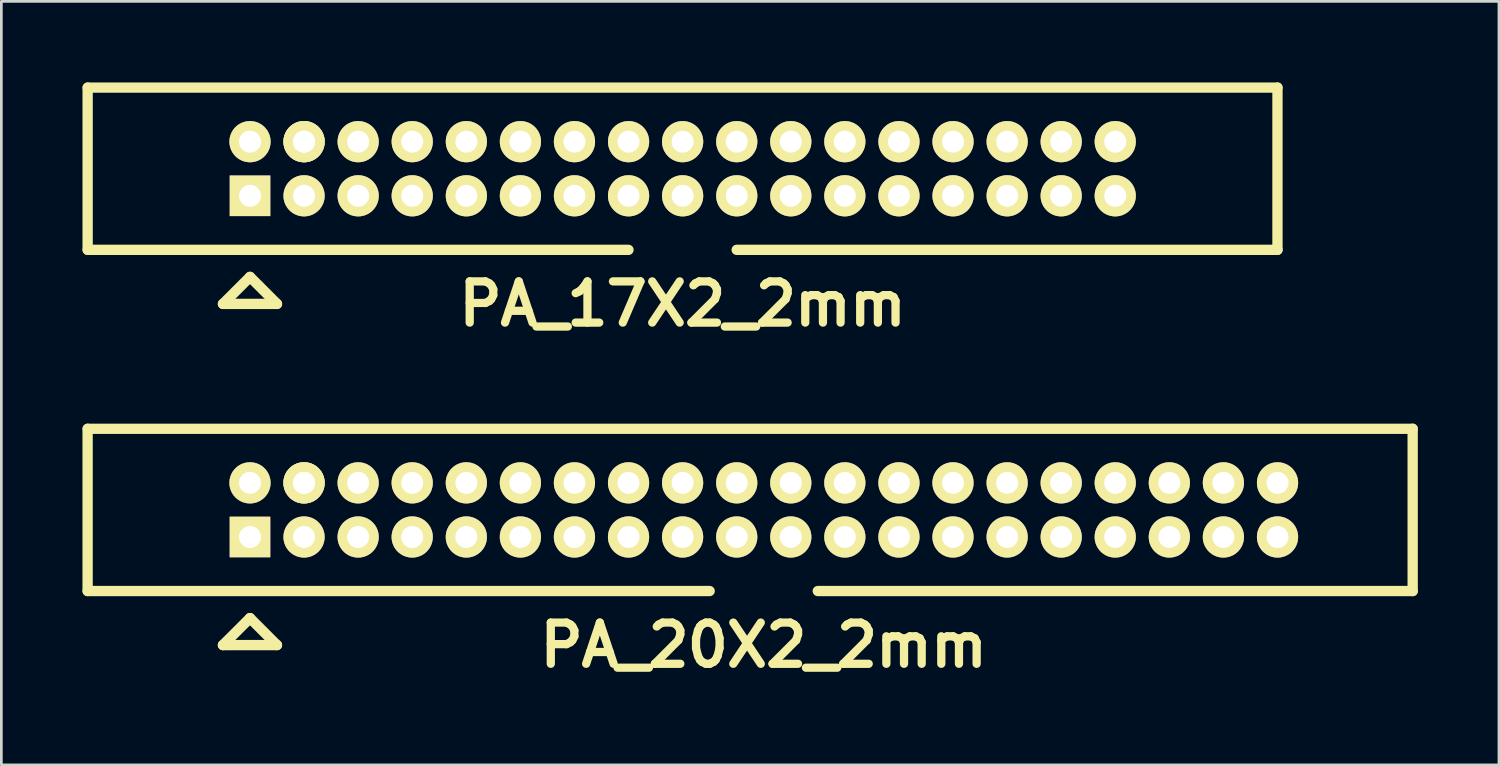
<source format=kicad_pcb>
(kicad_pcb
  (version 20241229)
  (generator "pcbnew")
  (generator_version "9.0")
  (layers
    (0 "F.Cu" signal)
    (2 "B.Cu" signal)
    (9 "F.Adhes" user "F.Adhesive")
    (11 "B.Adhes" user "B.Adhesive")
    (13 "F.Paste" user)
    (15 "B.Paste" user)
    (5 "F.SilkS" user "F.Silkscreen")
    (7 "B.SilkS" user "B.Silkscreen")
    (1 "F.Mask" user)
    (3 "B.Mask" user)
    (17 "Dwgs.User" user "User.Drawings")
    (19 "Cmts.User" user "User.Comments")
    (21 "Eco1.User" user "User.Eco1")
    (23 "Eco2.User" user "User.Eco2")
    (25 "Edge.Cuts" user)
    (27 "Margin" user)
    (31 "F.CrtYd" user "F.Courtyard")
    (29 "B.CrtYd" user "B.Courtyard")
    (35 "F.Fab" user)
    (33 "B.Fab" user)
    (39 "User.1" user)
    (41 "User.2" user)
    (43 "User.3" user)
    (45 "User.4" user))
  (footprint "PA_17X2_2mm"
    (layer "F.Cu")
    (at 22.195 3.19)
    (property "Reference" "PA_17X2_2mm" (at 0 5.001 0) (layer "F.SilkS") (effects (font (size 1.524 1.524) (thickness 0.305))))
    (attr through_hole)
    (fp_line (start -22.004 -3) (end -22.004 3) (stroke (width 0.381) (type solid)) (layer "F.SilkS"))
    (fp_line (start -22.001 -3) (end 21.999 -3) (stroke (width 0.381) (type solid)) (layer "F.SilkS"))
    (fp_line (start -22.001 3) (end -2.002 3) (stroke (width 0.381) (type solid)) (layer "F.SilkS"))
    (fp_line (start -17 4.999) (end -15.001 4.999) (stroke (width 0.381) (type solid)) (layer "F.SilkS"))
    (fp_line (start -15.999 4) (end -17 4.999) (stroke (width 0.381) (type solid)) (layer "F.SilkS"))
    (fp_line (start -15.001 4.999) (end -15.999 4) (stroke (width 0.381) (type solid)) (layer "F.SilkS"))
    (fp_line (start 21.999 -3) (end 21.999 3) (stroke (width 0.381) (type solid)) (layer "F.SilkS"))
    (fp_line (start 21.999 3) (end 1.999 3) (stroke (width 0.381) (type solid)) (layer "F.SilkS"))
    (pad "1" thru_hole rect (at -15.999 1.001) (size 1.501 1.501) (drill 0.813) (layers "*.Cu" "*.Mask" "F.SilkS"))
    (pad "2" thru_hole circle (at -15.999 -1.001) (size 1.524 1.524) (drill 0.813) (layers "*.Cu" "*.Mask" "F.SilkS"))
    (pad "3" thru_hole circle (at -14 1.001) (size 1.524 1.524) (drill 0.813) (layers "*.Cu" "*.Mask" "F.SilkS"))
    (pad "4" thru_hole circle (at -14 -1.001) (size 1.524 1.524) (drill 0.813) (layers "*.Cu" "*.Mask" "F.SilkS"))
    (pad "4" thru_hole circle (at -14 -1.001) (size 1.524 1.524) (drill 0.813) (layers "*.Cu" "*.Mask" "F.SilkS"))
    (pad "5" thru_hole circle (at -11.999 1.001) (size 1.524 1.524) (drill 0.813) (layers "*.Cu" "*.Mask" "F.SilkS"))
    (pad "6" thru_hole circle (at -11.999 -1.001) (size 1.524 1.524) (drill 0.813) (layers "*.Cu" "*.Mask" "F.SilkS"))
    (pad "7" thru_hole circle (at -10 1.001) (size 1.524 1.524) (drill 0.813) (layers "*.Cu" "*.Mask" "F.SilkS"))
    (pad "8" thru_hole circle (at -10 -1.001) (size 1.524 1.524) (drill 0.813) (layers "*.Cu" "*.Mask" "F.SilkS"))
    (pad "9" thru_hole circle (at -7.998 1.001) (size 1.524 1.524) (drill 0.813) (layers "*.Cu" "*.Mask" "F.SilkS"))
    (pad "10" thru_hole circle (at -7.998 -1.001) (size 1.524 1.524) (drill 0.813) (layers "*.Cu" "*.Mask" "F.SilkS"))
    (pad "11" thru_hole circle (at -5.999 1.001) (size 1.524 1.524) (drill 0.813) (layers "*.Cu" "*.Mask" "F.SilkS"))
    (pad "12" thru_hole circle (at -5.999 -1.001) (size 1.524 1.524) (drill 0.813) (layers "*.Cu" "*.Mask" "F.SilkS"))
    (pad "13" thru_hole circle (at -4 1.001) (size 1.524 1.524) (drill 0.813) (layers "*.Cu" "*.Mask" "F.SilkS"))
    (pad "14" thru_hole circle (at -4 -1.001) (size 1.524 1.524) (drill 0.813) (layers "*.Cu" "*.Mask" "F.SilkS"))
    (pad "15" thru_hole circle (at -1.999 1.001) (size 1.524 1.524) (drill 0.813) (layers "*.Cu" "*.Mask" "F.SilkS"))
    (pad "16" thru_hole circle (at -1.999 -1.001) (size 1.524 1.524) (drill 0.813) (layers "*.Cu" "*.Mask" "F.SilkS"))
    (pad "17" thru_hole circle (at 0 1.001) (size 1.524 1.524) (drill 0.813) (layers "*.Cu" "*.Mask" "F.SilkS"))
    (pad "18" thru_hole circle (at 0 -1.001) (size 1.524 1.524) (drill 0.813) (layers "*.Cu" "*.Mask" "F.SilkS"))
    (pad "19" thru_hole circle (at 2.002 1.001) (size 1.524 1.524) (drill 0.813) (layers "*.Cu" "*.Mask" "F.SilkS"))
    (pad "20" thru_hole circle (at 2.002 -1.001) (size 1.524 1.524) (drill 0.813) (layers "*.Cu" "*.Mask" "F.SilkS"))
    (pad "21" thru_hole circle (at 4 1.001) (size 1.524 1.524) (drill 0.813) (layers "*.Cu" "*.Mask" "F.SilkS"))
    (pad "22" thru_hole circle (at 4 -1.001) (size 1.524 1.524) (drill 0.813) (layers "*.Cu" "*.Mask" "F.SilkS"))
    (pad "23" thru_hole circle (at 5.999 1.001) (size 1.524 1.524) (drill 0.813) (layers "*.Cu" "*.Mask" "F.SilkS"))
    (pad "24" thru_hole circle (at 5.999 -1.001) (size 1.524 1.524) (drill 0.813) (layers "*.Cu" "*.Mask" "F.SilkS"))
    (pad "25" thru_hole circle (at 8.001 1.001) (size 1.524 1.524) (drill 0.813) (layers "*.Cu" "*.Mask" "F.SilkS"))
    (pad "26" thru_hole circle (at 8.001 -1.001) (size 1.524 1.524) (drill 0.813) (layers "*.Cu" "*.Mask" "F.SilkS"))
    (pad "27" thru_hole circle (at 10 1.001) (size 1.524 1.524) (drill 0.813) (layers "*.Cu" "*.Mask" "F.SilkS"))
    (pad "28" thru_hole circle (at 10 -1.001) (size 1.524 1.524) (drill 0.813) (layers "*.Cu" "*.Mask" "F.SilkS"))
    (pad "29" thru_hole circle (at 12.002 1.001) (size 1.524 1.524) (drill 0.813) (layers "*.Cu" "*.Mask" "F.SilkS"))
    (pad "30" thru_hole circle (at 12.002 -1.001) (size 1.524 1.524) (drill 0.813) (layers "*.Cu" "*.Mask" "F.SilkS"))
    (pad "31" thru_hole circle (at 14 1.001) (size 1.524 1.524) (drill 0.813) (layers "*.Cu" "*.Mask" "F.SilkS"))
    (pad "32" thru_hole circle (at 14 -1.001) (size 1.524 1.524) (drill 0.813) (layers "*.Cu" "*.Mask" "F.SilkS"))
    (pad "33" thru_hole circle (at 15.999 1.001) (size 1.524 1.524) (drill 0.813) (layers "*.Cu" "*.Mask" "F.SilkS"))
    (pad "34" thru_hole circle (at 15.999 -1.001) (size 1.524 1.524) (drill 0.813) (layers "*.Cu" "*.Mask" "F.SilkS")))
  (footprint "PA_20X2_2mm"
    (layer "F.Cu")
    (at 25.194 15.808)
    (property "Reference" "PA_20X2_2mm" (at 0 5.001 0) (layer "F.SilkS") (effects (font (size 1.524 1.524) (thickness 0.305))))
    (attr through_hole)
    (fp_line (start -25.004 -3) (end -25.004 3) (stroke (width 0.381) (type solid)) (layer "F.SilkS"))
    (fp_line (start -25.001 3) (end -1.999 3) (stroke (width 0.381) (type solid)) (layer "F.SilkS"))
    (fp_line (start -24.999 -3) (end 24 -3) (stroke (width 0.381) (type solid)) (layer "F.SilkS"))
    (fp_line (start -20 4.999) (end -18.001 4.999) (stroke (width 0.381) (type solid)) (layer "F.SilkS"))
    (fp_line (start -18.999 4) (end -20 4.999) (stroke (width 0.381) (type solid)) (layer "F.SilkS"))
    (fp_line (start -18.001 4.999) (end -18.999 4) (stroke (width 0.381) (type solid)) (layer "F.SilkS"))
    (fp_line (start 1.999 3) (end 24 3) (stroke (width 0.381) (type solid)) (layer "F.SilkS"))
    (fp_line (start 24 -3) (end 24 3) (stroke (width 0.381) (type solid)) (layer "F.SilkS"))
    (pad "1" thru_hole rect (at -18.999 1.001) (size 1.501 1.501) (drill 0.813) (layers "*.Cu" "*.Mask" "F.SilkS"))
    (pad "2" thru_hole circle (at -18.999 -1.001) (size 1.524 1.524) (drill 0.813) (layers "*.Cu" "*.Mask" "F.SilkS"))
    (pad "3" thru_hole circle (at -17 1.001) (size 1.524 1.524) (drill 0.813) (layers "*.Cu" "*.Mask" "F.SilkS"))
    (pad "4" thru_hole circle (at -17 -1.001) (size 1.524 1.524) (drill 0.813) (layers "*.Cu" "*.Mask" "F.SilkS"))
    (pad "4" thru_hole circle (at -17 -1.001) (size 1.524 1.524) (drill 0.813) (layers "*.Cu" "*.Mask" "F.SilkS"))
    (pad "5" thru_hole circle (at -14.999 1.001) (size 1.524 1.524) (drill 0.813) (layers "*.Cu" "*.Mask" "F.SilkS"))
    (pad "6" thru_hole circle (at -14.999 -1.001) (size 1.524 1.524) (drill 0.813) (layers "*.Cu" "*.Mask" "F.SilkS"))
    (pad "7" thru_hole circle (at -13 1.001) (size 1.524 1.524) (drill 0.813) (layers "*.Cu" "*.Mask" "F.SilkS"))
    (pad "8" thru_hole circle (at -13 -1.001) (size 1.524 1.524) (drill 0.813) (layers "*.Cu" "*.Mask" "F.SilkS"))
    (pad "9" thru_hole circle (at -10.998 1.001) (size 1.524 1.524) (drill 0.813) (layers "*.Cu" "*.Mask" "F.SilkS"))
    (pad "10" thru_hole circle (at -10.998 -1.001) (size 1.524 1.524) (drill 0.813) (layers "*.Cu" "*.Mask" "F.SilkS"))
    (pad "11" thru_hole circle (at -8.999 1.001) (size 1.524 1.524) (drill 0.813) (layers "*.Cu" "*.Mask" "F.SilkS"))
    (pad "12" thru_hole circle (at -8.999 -1.001) (size 1.524 1.524) (drill 0.813) (layers "*.Cu" "*.Mask" "F.SilkS"))
    (pad "13" thru_hole circle (at -7 1.001) (size 1.524 1.524) (drill 0.813) (layers "*.Cu" "*.Mask" "F.SilkS"))
    (pad "14" thru_hole circle (at -7 -1.001) (size 1.524 1.524) (drill 0.813) (layers "*.Cu" "*.Mask" "F.SilkS"))
    (pad "15" thru_hole circle (at -4.999 1.001) (size 1.524 1.524) (drill 0.813) (layers "*.Cu" "*.Mask" "F.SilkS"))
    (pad "16" thru_hole circle (at -4.999 -1.001) (size 1.524 1.524) (drill 0.813) (layers "*.Cu" "*.Mask" "F.SilkS"))
    (pad "17" thru_hole circle (at -3 1.001) (size 1.524 1.524) (drill 0.813) (layers "*.Cu" "*.Mask" "F.SilkS"))
    (pad "18" thru_hole circle (at -3 -1.001) (size 1.524 1.524) (drill 0.813) (layers "*.Cu" "*.Mask" "F.SilkS"))
    (pad "19" thru_hole circle (at -0.998 1.001) (size 1.524 1.524) (drill 0.813) (layers "*.Cu" "*.Mask" "F.SilkS"))
    (pad "20" thru_hole circle (at -0.998 -1.001) (size 1.524 1.524) (drill 0.813) (layers "*.Cu" "*.Mask" "F.SilkS"))
    (pad "21" thru_hole circle (at 1.001 1.001) (size 1.524 1.524) (drill 0.813) (layers "*.Cu" "*.Mask" "F.SilkS"))
    (pad "22" thru_hole circle (at 1.001 -1.001) (size 1.524 1.524) (drill 0.813) (layers "*.Cu" "*.Mask" "F.SilkS"))
    (pad "23" thru_hole circle (at 3 1.001) (size 1.524 1.524) (drill 0.813) (layers "*.Cu" "*.Mask" "F.SilkS"))
    (pad "24" thru_hole circle (at 3 -1.001) (size 1.524 1.524) (drill 0.813) (layers "*.Cu" "*.Mask" "F.SilkS"))
    (pad "25" thru_hole circle (at 5.001 1.001) (size 1.524 1.524) (drill 0.813) (layers "*.Cu" "*.Mask" "F.SilkS"))
    (pad "26" thru_hole circle (at 5.001 -1.001) (size 1.524 1.524) (drill 0.813) (layers "*.Cu" "*.Mask" "F.SilkS"))
    (pad "27" thru_hole circle (at 7 1.001) (size 1.524 1.524) (drill 0.813) (layers "*.Cu" "*.Mask" "F.SilkS"))
    (pad "28" thru_hole circle (at 7 -1.001) (size 1.524 1.524) (drill 0.813) (layers "*.Cu" "*.Mask" "F.SilkS"))
    (pad "29" thru_hole circle (at 9.002 1.001) (size 1.524 1.524) (drill 0.813) (layers "*.Cu" "*.Mask" "F.SilkS"))
    (pad "30" thru_hole circle (at 9.002 -1.001) (size 1.524 1.524) (drill 0.813) (layers "*.Cu" "*.Mask" "F.SilkS"))
    (pad "31" thru_hole circle (at 11.001 1.001) (size 1.524 1.524) (drill 0.813) (layers "*.Cu" "*.Mask" "F.SilkS"))
    (pad "32" thru_hole circle (at 11.001 -1.001) (size 1.524 1.524) (drill 0.813) (layers "*.Cu" "*.Mask" "F.SilkS"))
    (pad "33" thru_hole circle (at 13 1.001) (size 1.524 1.524) (drill 0.813) (layers "*.Cu" "*.Mask" "F.SilkS"))
    (pad "34" thru_hole circle (at 13 -1.001) (size 1.524 1.524) (drill 0.813) (layers "*.Cu" "*.Mask" "F.SilkS"))
    (pad "35" thru_hole circle (at 15.001 1.001) (size 1.524 1.524) (drill 0.813) (layers "*.Cu" "*.Mask" "F.SilkS"))
    (pad "36" thru_hole circle (at 15.001 -1.001) (size 1.524 1.524) (drill 0.813) (layers "*.Cu" "*.Mask" "F.SilkS"))
    (pad "37" thru_hole circle (at 17 1.001) (size 1.524 1.524) (drill 0.813) (layers "*.Cu" "*.Mask" "F.SilkS"))
    (pad "38" thru_hole circle (at 17 -1.001) (size 1.524 1.524) (drill 0.813) (layers "*.Cu" "*.Mask" "F.SilkS"))
    (pad "39" thru_hole circle (at 19.002 1.001) (size 1.524 1.524) (drill 0.813) (layers "*.Cu" "*.Mask" "F.SilkS"))
    (pad "40" thru_hole circle (at 19.002 -1.001) (size 1.524 1.524) (drill 0.813) (layers "*.Cu" "*.Mask" "F.SilkS")))
  (gr_rect
    (start -3 -3)
    (end 52.385 25.236)
    (stroke (width 0.1) (type default))
    (fill no)
    (layer "Edge.Cuts")))
</source>
